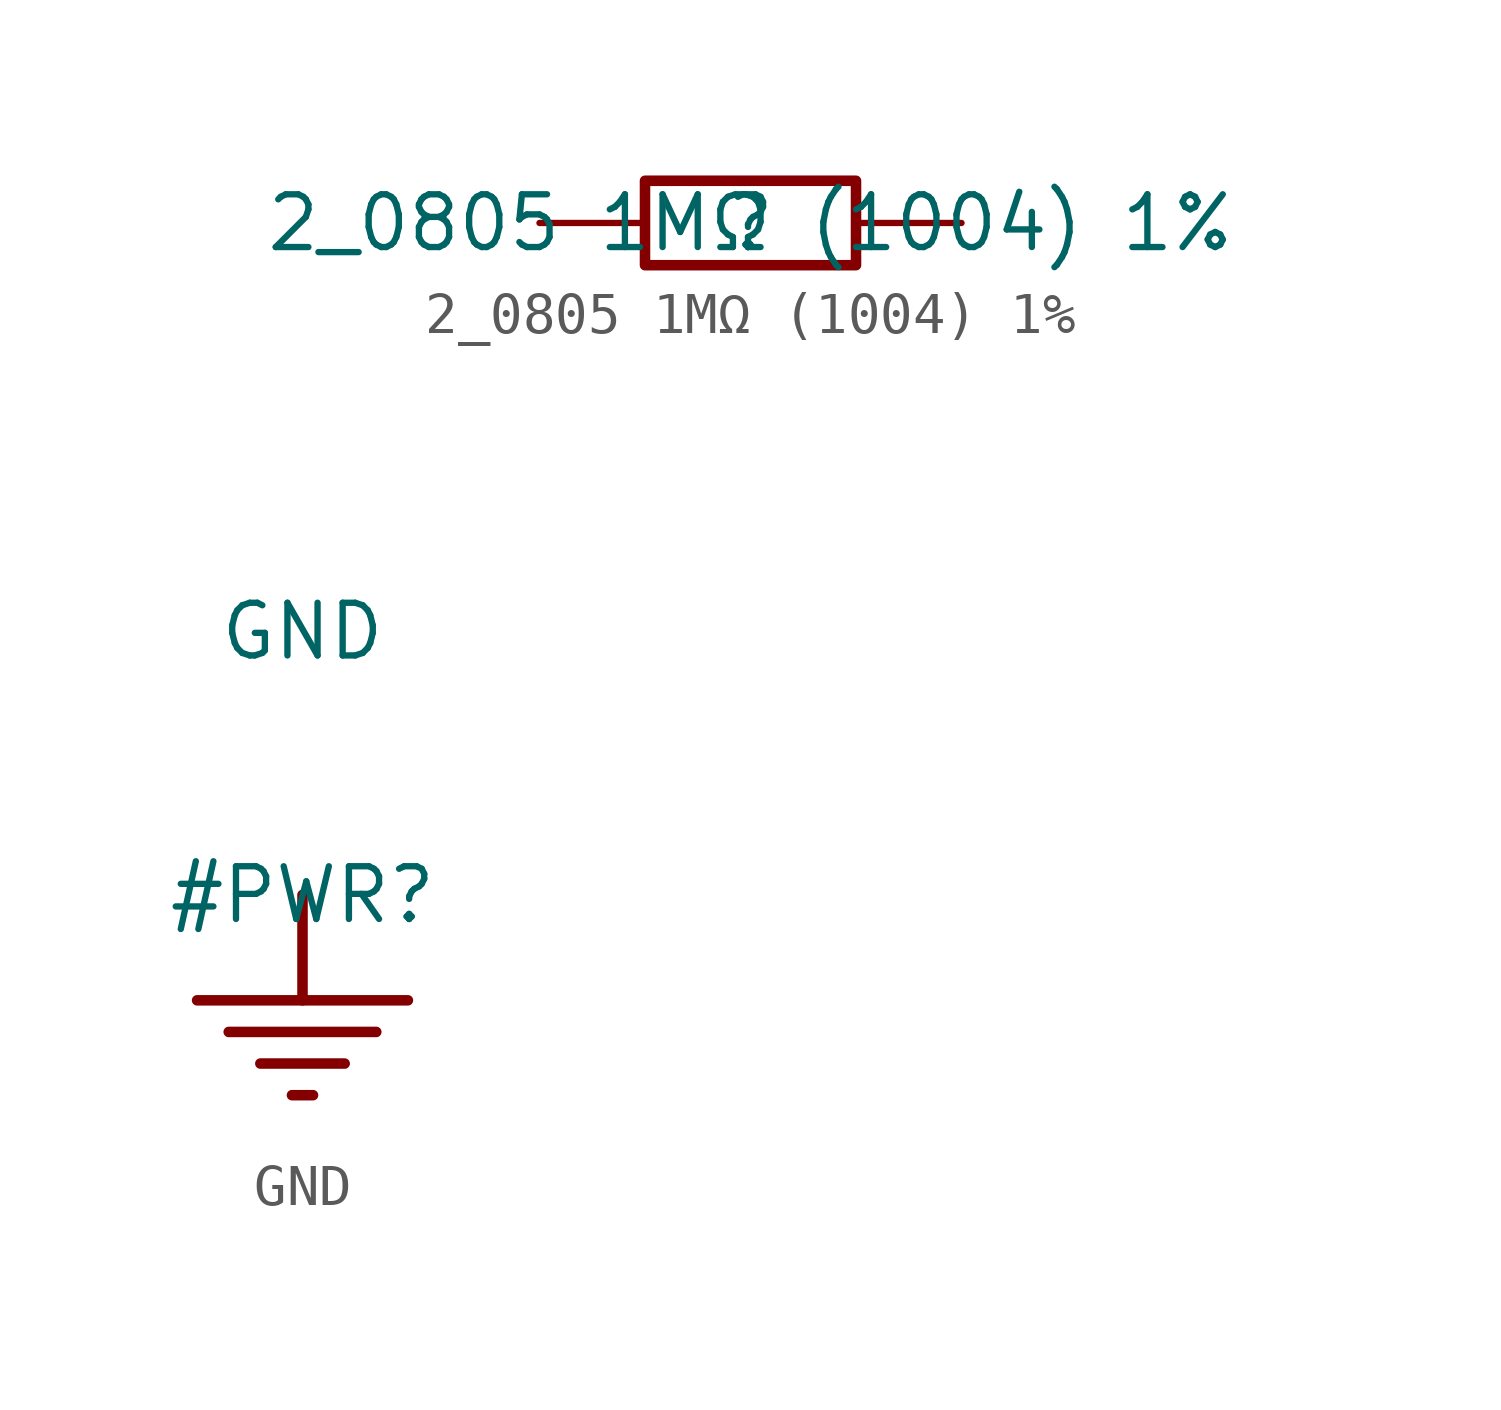
<source format=kicad_sym>
(kicad_symbol_lib
  (version 20211014)
  (generator kicad_symbol_editor)
  (symbol "pynqsdr-altium-import:2_0805 1MΩ (1004) 1%"
    (property "Reference" ""
      (at 0 0 0)
      (effects (font (size 1.27 1.27))))
    (property "Value" "2_0805 1MΩ (1004) 1%"
      (at 0 0 0)
      (effects (font (size 1.27 1.27))))
    (symbol "2_0805 1MΩ (1004) 1%_1_0"
      (rectangle (start 2.54 1.016) (end -2.54 -1.016) (stroke (width 0.254) (type default) (color 0 0 0 0)) (fill (type none)))
      (pin passive line (at 5.08 0 180) (length 2.54) (name "1" (effects (font (size 0 0)))) (number "1" (effects (font (size 0 0)))))
      (pin passive line (at -5.08 0 0) (length 2.54) (name "2" (effects (font (size 0 0)))) (number "2" (effects (font (size 0 0)))))))
  (symbol "pynqsdr-altium-import:GND"
    (power)
    (property "Reference" "#PWR"
      (at 0 0 0)
      (effects (font (size 1.27 1.27))))
    (property "Value" "GND"
      (at 0 6.35 0)
      (effects (font (size 1.27 1.27))))
    (symbol "GND_0_0"
      (polyline (pts (xy -0.254 -4.826) (xy 0.254 -4.826)) (stroke (width 0.254) (type default) (color 0 0 0 0)) (fill (type none)))
      (polyline (pts (xy -2.54 -2.54) (xy 2.54 -2.54)) (stroke (width 0.254) (type default) (color 0 0 0 0)) (fill (type none)))
      (polyline (pts (xy -1.778 -3.302) (xy 1.778 -3.302)) (stroke (width 0.254) (type default) (color 0 0 0 0)) (fill (type none)))
      (polyline (pts (xy -1.016 -4.064) (xy 1.016 -4.064)) (stroke (width 0.254) (type default) (color 0 0 0 0)) (fill (type none)))
      (polyline (pts (xy 0 0) (xy 0 -2.54)) (stroke (width 0.254) (type default) (color 0 0 0 0)) (fill (type none)))
      (pin power_in line (at 0 0 0) (length 0) hide (name "GND" (effects (font (size 1.27 1.27)))) (number "" (effects (font (size 1.27 1.27))))))))
</source>
